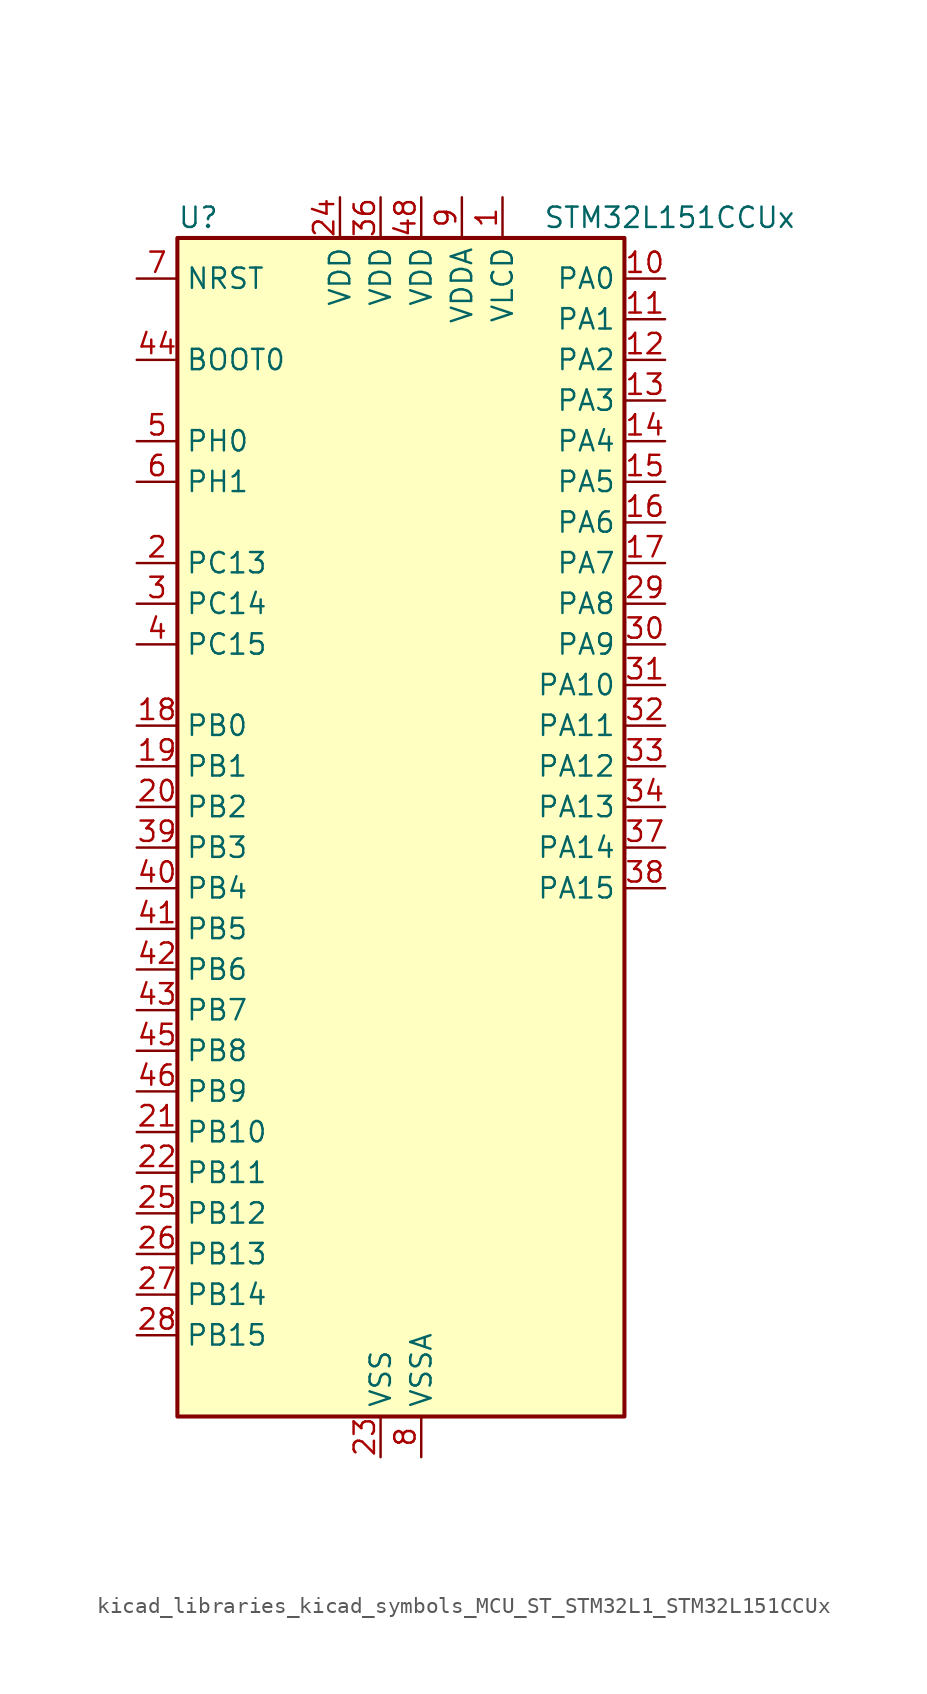
<source format=kicad_sym>
(kicad_symbol_lib
  (version 20220914)
  (generator kicad_symbol_editor)
  (symbol "kicad_libraries_kicad_symbols_MCU_ST_STM32L1_STM32L151CCUx"
    (property "Reference" "U"
      (at -12.7 39.37 0)
      (effects (font (size 1.27 1.27)) (justify left)))
    (property "Value" "STM32L151CCUx"
      (at 10.16 39.37 0)
      (effects (font (size 1.27 1.27)) (justify left)))
    (property "ki_locked" ""
      (at 0 0 0)
      (effects (font (size 1.27 1.27))))
    (symbol "kicad_libraries_kicad_symbols_MCU_ST_STM32L1_STM32L151CCUx_0_1"
      (rectangle (start -12.7 -35.56) (end 15.24 38.1) (stroke (width 0.254) (type default)) (fill (type background))))
    (symbol "kicad_libraries_kicad_symbols_MCU_ST_STM32L1_STM32L151CCUx_1_1"
      (pin power_in line (at 7.62 40.64 270) (length 2.54) (name "VLCD" (effects (font (size 1.27 1.27)))) (number "1" (effects (font (size 1.27 1.27)))))
      (pin bidirectional line (at 17.78 35.56 180) (length 2.54) (name "PA0" (effects (font (size 1.27 1.27)))) (number "10" (effects (font (size 1.27 1.27)))) (alternate "ADC_IN0" bidirectional line) (alternate "COMP1_INP" bidirectional line) (alternate "RTC_TAMP2" bidirectional line) (alternate "SYS_WKUP1" bidirectional line) (alternate "TIM2_CH1" bidirectional line) (alternate "TIM2_ETR" bidirectional line) (alternate "TIM5_CH1" bidirectional line) (alternate "TIMX_IC1" bidirectional line) (alternate "TS_G1_IO1" bidirectional line) (alternate "USART2_CTS" bidirectional line))
      (pin bidirectional line (at 17.78 33.02 180) (length 2.54) (name "PA1" (effects (font (size 1.27 1.27)))) (number "11" (effects (font (size 1.27 1.27)))) (alternate "ADC_IN1" bidirectional line) (alternate "COMP1_INP" bidirectional line) (alternate "OPAMP1_VINP" bidirectional line) (alternate "TIM2_CH2" bidirectional line) (alternate "TIM5_CH2" bidirectional line) (alternate "TIMX_IC2" bidirectional line) (alternate "TS_G1_IO2" bidirectional line) (alternate "USART2_RTS" bidirectional line))
      (pin bidirectional line (at 17.78 30.48 180) (length 2.54) (name "PA2" (effects (font (size 1.27 1.27)))) (number "12" (effects (font (size 1.27 1.27)))) (alternate "ADC_IN2" bidirectional line) (alternate "COMP1_INP" bidirectional line) (alternate "OPAMP1_VINM" bidirectional line) (alternate "TIM2_CH3" bidirectional line) (alternate "TIM5_CH3" bidirectional line) (alternate "TIM9_CH1" bidirectional line) (alternate "TIMX_IC3" bidirectional line) (alternate "TS_G1_IO3" bidirectional line) (alternate "USART2_TX" bidirectional line))
      (pin bidirectional line (at 17.78 27.94 180) (length 2.54) (name "PA3" (effects (font (size 1.27 1.27)))) (number "13" (effects (font (size 1.27 1.27)))) (alternate "ADC_IN3" bidirectional line) (alternate "COMP1_INP" bidirectional line) (alternate "OPAMP1_VOUT" bidirectional line) (alternate "TIM2_CH4" bidirectional line) (alternate "TIM5_CH4" bidirectional line) (alternate "TIM9_CH2" bidirectional line) (alternate "TIMX_IC4" bidirectional line) (alternate "TS_G1_IO4" bidirectional line) (alternate "USART2_RX" bidirectional line))
      (pin bidirectional line (at 17.78 25.4 180) (length 2.54) (name "PA4" (effects (font (size 1.27 1.27)))) (number "14" (effects (font (size 1.27 1.27)))) (alternate "ADC_IN4" bidirectional line) (alternate "COMP1_INP" bidirectional line) (alternate "DAC_OUT1" bidirectional line) (alternate "I2S3_WS" bidirectional line) (alternate "SPI1_NSS" bidirectional line) (alternate "SPI3_NSS" bidirectional line) (alternate "TIMX_IC1" bidirectional line) (alternate "USART2_CK" bidirectional line))
      (pin bidirectional line (at 17.78 22.86 180) (length 2.54) (name "PA5" (effects (font (size 1.27 1.27)))) (number "15" (effects (font (size 1.27 1.27)))) (alternate "ADC_IN5" bidirectional line) (alternate "COMP1_INP" bidirectional line) (alternate "DAC_OUT2" bidirectional line) (alternate "SPI1_SCK" bidirectional line) (alternate "TIM2_CH1" bidirectional line) (alternate "TIM2_ETR" bidirectional line) (alternate "TIMX_IC2" bidirectional line))
      (pin bidirectional line (at 17.78 20.32 180) (length 2.54) (name "PA6" (effects (font (size 1.27 1.27)))) (number "16" (effects (font (size 1.27 1.27)))) (alternate "ADC_IN6" bidirectional line) (alternate "COMP1_INP" bidirectional line) (alternate "OPAMP2_VINP" bidirectional line) (alternate "SPI1_MISO" bidirectional line) (alternate "TIM10_CH1" bidirectional line) (alternate "TIM3_CH1" bidirectional line) (alternate "TIMX_IC3" bidirectional line) (alternate "TS_G2_IO1" bidirectional line))
      (pin bidirectional line (at 17.78 17.78 180) (length 2.54) (name "PA7" (effects (font (size 1.27 1.27)))) (number "17" (effects (font (size 1.27 1.27)))) (alternate "ADC_IN7" bidirectional line) (alternate "COMP1_INP" bidirectional line) (alternate "OPAMP2_VINM" bidirectional line) (alternate "SPI1_MOSI" bidirectional line) (alternate "TIM11_CH1" bidirectional line) (alternate "TIM3_CH2" bidirectional line) (alternate "TIMX_IC4" bidirectional line) (alternate "TS_G2_IO2" bidirectional line))
      (pin bidirectional line (at -15.24 7.62 0) (length 2.54) (name "PB0" (effects (font (size 1.27 1.27)))) (number "18" (effects (font (size 1.27 1.27)))) (alternate "ADC_IN8" bidirectional line) (alternate "COMP1_INP" bidirectional line) (alternate "OPAMP2_VOUT" bidirectional line) (alternate "SYS_V_REF_OUT" bidirectional line) (alternate "TIM3_CH3" bidirectional line) (alternate "TS_G3_IO1" bidirectional line))
      (pin bidirectional line (at -15.24 5.08 0) (length 2.54) (name "PB1" (effects (font (size 1.27 1.27)))) (number "19" (effects (font (size 1.27 1.27)))) (alternate "ADC_IN9" bidirectional line) (alternate "COMP1_INP" bidirectional line) (alternate "SYS_V_REF_OUT" bidirectional line) (alternate "TIM3_CH4" bidirectional line) (alternate "TS_G3_IO2" bidirectional line))
      (pin bidirectional line (at -15.24 17.78 0) (length 2.54) (name "PC13" (effects (font (size 1.27 1.27)))) (number "2" (effects (font (size 1.27 1.27)))) (alternate "RTC_OUT_ALARM" bidirectional line) (alternate "RTC_OUT_CALIB" bidirectional line) (alternate "RTC_TAMP1" bidirectional line) (alternate "RTC_TS" bidirectional line) (alternate "SYS_WKUP2" bidirectional line) (alternate "TIMX_IC2" bidirectional line))
      (pin bidirectional line (at -15.24 2.54 0) (length 2.54) (name "PB2" (effects (font (size 1.27 1.27)))) (number "20" (effects (font (size 1.27 1.27)))) (alternate "TS_G3_IO3" bidirectional line))
      (pin bidirectional line (at -15.24 -17.78 0) (length 2.54) (name "PB10" (effects (font (size 1.27 1.27)))) (number "21" (effects (font (size 1.27 1.27)))) (alternate "I2C2_SCL" bidirectional line) (alternate "TIM2_CH3" bidirectional line) (alternate "USART3_TX" bidirectional line))
      (pin bidirectional line (at -15.24 -20.32 0) (length 2.54) (name "PB11" (effects (font (size 1.27 1.27)))) (number "22" (effects (font (size 1.27 1.27)))) (alternate "ADC_EXTI11" bidirectional line) (alternate "I2C2_SDA" bidirectional line) (alternate "TIM2_CH4" bidirectional line) (alternate "USART3_RX" bidirectional line))
      (pin power_in line (at 0 -38.1 90) (length 2.54) (name "VSS" (effects (font (size 1.27 1.27)))) (number "23" (effects (font (size 1.27 1.27)))))
      (pin power_in line (at -2.54 40.64 270) (length 2.54) (name "VDD" (effects (font (size 1.27 1.27)))) (number "24" (effects (font (size 1.27 1.27)))))
      (pin bidirectional line (at -15.24 -22.86 0) (length 2.54) (name "PB12" (effects (font (size 1.27 1.27)))) (number "25" (effects (font (size 1.27 1.27)))) (alternate "ADC_IN18" bidirectional line) (alternate "COMP1_INP" bidirectional line) (alternate "I2C2_SMBA" bidirectional line) (alternate "I2S2_WS" bidirectional line) (alternate "SPI2_NSS" bidirectional line) (alternate "TIM10_CH1" bidirectional line) (alternate "TS_G7_IO1" bidirectional line) (alternate "USART3_CK" bidirectional line))
      (pin bidirectional line (at -15.24 -25.4 0) (length 2.54) (name "PB13" (effects (font (size 1.27 1.27)))) (number "26" (effects (font (size 1.27 1.27)))) (alternate "ADC_IN19" bidirectional line) (alternate "COMP1_INP" bidirectional line) (alternate "I2S2_CK" bidirectional line) (alternate "SPI2_SCK" bidirectional line) (alternate "TIM9_CH1" bidirectional line) (alternate "TS_G7_IO2" bidirectional line) (alternate "USART3_CTS" bidirectional line))
      (pin bidirectional line (at -15.24 -27.94 0) (length 2.54) (name "PB14" (effects (font (size 1.27 1.27)))) (number "27" (effects (font (size 1.27 1.27)))) (alternate "ADC_IN20" bidirectional line) (alternate "COMP1_INP" bidirectional line) (alternate "SPI2_MISO" bidirectional line) (alternate "TIM9_CH2" bidirectional line) (alternate "TS_G7_IO3" bidirectional line) (alternate "USART3_RTS" bidirectional line))
      (pin bidirectional line (at -15.24 -30.48 0) (length 2.54) (name "PB15" (effects (font (size 1.27 1.27)))) (number "28" (effects (font (size 1.27 1.27)))) (alternate "ADC_EXTI15" bidirectional line) (alternate "ADC_IN21" bidirectional line) (alternate "COMP1_INP" bidirectional line) (alternate "I2S2_SD" bidirectional line) (alternate "RTC_REFIN" bidirectional line) (alternate "SPI2_MOSI" bidirectional line) (alternate "TIM11_CH1" bidirectional line) (alternate "TS_G7_IO4" bidirectional line))
      (pin bidirectional line (at 17.78 15.24 180) (length 2.54) (name "PA8" (effects (font (size 1.27 1.27)))) (number "29" (effects (font (size 1.27 1.27)))) (alternate "RCC_MCO" bidirectional line) (alternate "TIMX_IC1" bidirectional line) (alternate "TS_G4_IO1" bidirectional line) (alternate "USART1_CK" bidirectional line))
      (pin bidirectional line (at -15.24 15.24 0) (length 2.54) (name "PC14" (effects (font (size 1.27 1.27)))) (number "3" (effects (font (size 1.27 1.27)))) (alternate "RCC_OSC32_IN" bidirectional line) (alternate "TIMX_IC3" bidirectional line))
      (pin bidirectional line (at 17.78 12.7 180) (length 2.54) (name "PA9" (effects (font (size 1.27 1.27)))) (number "30" (effects (font (size 1.27 1.27)))) (alternate "DAC_EXTI9" bidirectional line) (alternate "TIMX_IC2" bidirectional line) (alternate "TS_G4_IO2" bidirectional line) (alternate "USART1_TX" bidirectional line))
      (pin bidirectional line (at 17.78 10.16 180) (length 2.54) (name "PA10" (effects (font (size 1.27 1.27)))) (number "31" (effects (font (size 1.27 1.27)))) (alternate "TIMX_IC3" bidirectional line) (alternate "TS_G4_IO3" bidirectional line) (alternate "USART1_RX" bidirectional line))
      (pin bidirectional line (at 17.78 7.62 180) (length 2.54) (name "PA11" (effects (font (size 1.27 1.27)))) (number "32" (effects (font (size 1.27 1.27)))) (alternate "ADC_EXTI11" bidirectional line) (alternate "SPI1_MISO" bidirectional line) (alternate "TIMX_IC4" bidirectional line) (alternate "USART1_CTS" bidirectional line) (alternate "USB_DM" bidirectional line))
      (pin bidirectional line (at 17.78 5.08 180) (length 2.54) (name "PA12" (effects (font (size 1.27 1.27)))) (number "33" (effects (font (size 1.27 1.27)))) (alternate "SPI1_MOSI" bidirectional line) (alternate "TIMX_IC1" bidirectional line) (alternate "USART1_RTS" bidirectional line) (alternate "USB_DP" bidirectional line))
      (pin bidirectional line (at 17.78 2.54 180) (length 2.54) (name "PA13" (effects (font (size 1.27 1.27)))) (number "34" (effects (font (size 1.27 1.27)))) (alternate "SYS_JTMS-SWDIO" bidirectional line) (alternate "TIMX_IC2" bidirectional line) (alternate "TS_G5_IO1" bidirectional line))
      (pin passive line (at 0 -38.1 90) (length 2.54) hide (name "VSS" (effects (font (size 1.27 1.27)))) (number "35" (effects (font (size 1.27 1.27)))))
      (pin power_in line (at 0 40.64 270) (length 2.54) (name "VDD" (effects (font (size 1.27 1.27)))) (number "36" (effects (font (size 1.27 1.27)))))
      (pin bidirectional line (at 17.78 0 180) (length 2.54) (name "PA14" (effects (font (size 1.27 1.27)))) (number "37" (effects (font (size 1.27 1.27)))) (alternate "SYS_JTCK-SWCLK" bidirectional line) (alternate "TIMX_IC3" bidirectional line) (alternate "TS_G5_IO2" bidirectional line))
      (pin bidirectional line (at 17.78 -2.54 180) (length 2.54) (name "PA15" (effects (font (size 1.27 1.27)))) (number "38" (effects (font (size 1.27 1.27)))) (alternate "ADC_EXTI15" bidirectional line) (alternate "I2S3_WS" bidirectional line) (alternate "SPI1_NSS" bidirectional line) (alternate "SPI3_NSS" bidirectional line) (alternate "SYS_JTDI" bidirectional line) (alternate "TIM2_CH1" bidirectional line) (alternate "TIM2_ETR" bidirectional line) (alternate "TIMX_IC4" bidirectional line) (alternate "TS_G5_IO3" bidirectional line))
      (pin bidirectional line (at -15.24 0 0) (length 2.54) (name "PB3" (effects (font (size 1.27 1.27)))) (number "39" (effects (font (size 1.27 1.27)))) (alternate "COMP2_INM" bidirectional line) (alternate "I2S3_CK" bidirectional line) (alternate "SPI1_SCK" bidirectional line) (alternate "SPI3_SCK" bidirectional line) (alternate "SYS_JTDO-TRACESWO" bidirectional line) (alternate "TIM2_CH2" bidirectional line))
      (pin bidirectional line (at -15.24 12.7 0) (length 2.54) (name "PC15" (effects (font (size 1.27 1.27)))) (number "4" (effects (font (size 1.27 1.27)))) (alternate "ADC_EXTI15" bidirectional line) (alternate "RCC_OSC32_OUT" bidirectional line) (alternate "TIMX_IC4" bidirectional line))
      (pin bidirectional line (at -15.24 -2.54 0) (length 2.54) (name "PB4" (effects (font (size 1.27 1.27)))) (number "40" (effects (font (size 1.27 1.27)))) (alternate "COMP2_INP" bidirectional line) (alternate "SPI1_MISO" bidirectional line) (alternate "SPI3_MISO" bidirectional line) (alternate "SYS_JTRST" bidirectional line) (alternate "TIM3_CH1" bidirectional line) (alternate "TS_G6_IO1" bidirectional line))
      (pin bidirectional line (at -15.24 -5.08 0) (length 2.54) (name "PB5" (effects (font (size 1.27 1.27)))) (number "41" (effects (font (size 1.27 1.27)))) (alternate "COMP2_INP" bidirectional line) (alternate "I2C1_SMBA" bidirectional line) (alternate "I2S3_SD" bidirectional line) (alternate "SPI1_MOSI" bidirectional line) (alternate "SPI3_MOSI" bidirectional line) (alternate "TIM3_CH2" bidirectional line) (alternate "TS_G6_IO2" bidirectional line))
      (pin bidirectional line (at -15.24 -7.62 0) (length 2.54) (name "PB6" (effects (font (size 1.27 1.27)))) (number "42" (effects (font (size 1.27 1.27)))) (alternate "COMP2_INP" bidirectional line) (alternate "I2C1_SCL" bidirectional line) (alternate "TIM4_CH1" bidirectional line) (alternate "TS_G6_IO3" bidirectional line) (alternate "USART1_TX" bidirectional line))
      (pin bidirectional line (at -15.24 -10.16 0) (length 2.54) (name "PB7" (effects (font (size 1.27 1.27)))) (number "43" (effects (font (size 1.27 1.27)))) (alternate "COMP2_INP" bidirectional line) (alternate "I2C1_SDA" bidirectional line) (alternate "SYS_PVD_IN" bidirectional line) (alternate "TIM4_CH2" bidirectional line) (alternate "TS_G6_IO4" bidirectional line) (alternate "USART1_RX" bidirectional line))
      (pin input line (at -15.24 30.48 0) (length 2.54) (name "BOOT0" (effects (font (size 1.27 1.27)))) (number "44" (effects (font (size 1.27 1.27)))))
      (pin bidirectional line (at -15.24 -12.7 0) (length 2.54) (name "PB8" (effects (font (size 1.27 1.27)))) (number "45" (effects (font (size 1.27 1.27)))) (alternate "I2C1_SCL" bidirectional line) (alternate "TIM10_CH1" bidirectional line) (alternate "TIM4_CH3" bidirectional line))
      (pin bidirectional line (at -15.24 -15.24 0) (length 2.54) (name "PB9" (effects (font (size 1.27 1.27)))) (number "46" (effects (font (size 1.27 1.27)))) (alternate "DAC_EXTI9" bidirectional line) (alternate "I2C1_SDA" bidirectional line) (alternate "TIM11_CH1" bidirectional line) (alternate "TIM4_CH4" bidirectional line))
      (pin passive line (at 0 -38.1 90) (length 2.54) hide (name "VSS" (effects (font (size 1.27 1.27)))) (number "47" (effects (font (size 1.27 1.27)))))
      (pin power_in line (at 2.54 40.64 270) (length 2.54) (name "VDD" (effects (font (size 1.27 1.27)))) (number "48" (effects (font (size 1.27 1.27)))))
      (pin passive line (at 0 -38.1 90) (length 2.54) hide (name "VSS" (effects (font (size 1.27 1.27)))) (number "49" (effects (font (size 1.27 1.27)))))
      (pin bidirectional line (at -15.24 25.4 0) (length 2.54) (name "PH0" (effects (font (size 1.27 1.27)))) (number "5" (effects (font (size 1.27 1.27)))) (alternate "RCC_OSC_IN" bidirectional line))
      (pin bidirectional line (at -15.24 22.86 0) (length 2.54) (name "PH1" (effects (font (size 1.27 1.27)))) (number "6" (effects (font (size 1.27 1.27)))) (alternate "RCC_OSC_OUT" bidirectional line))
      (pin input line (at -15.24 35.56 0) (length 2.54) (name "NRST" (effects (font (size 1.27 1.27)))) (number "7" (effects (font (size 1.27 1.27)))))
      (pin power_in line (at 2.54 -38.1 90) (length 2.54) (name "VSSA" (effects (font (size 1.27 1.27)))) (number "8" (effects (font (size 1.27 1.27)))))
      (pin power_in line (at 5.08 40.64 270) (length 2.54) (name "VDDA" (effects (font (size 1.27 1.27)))) (number "9" (effects (font (size 1.27 1.27))))))))
</source>
